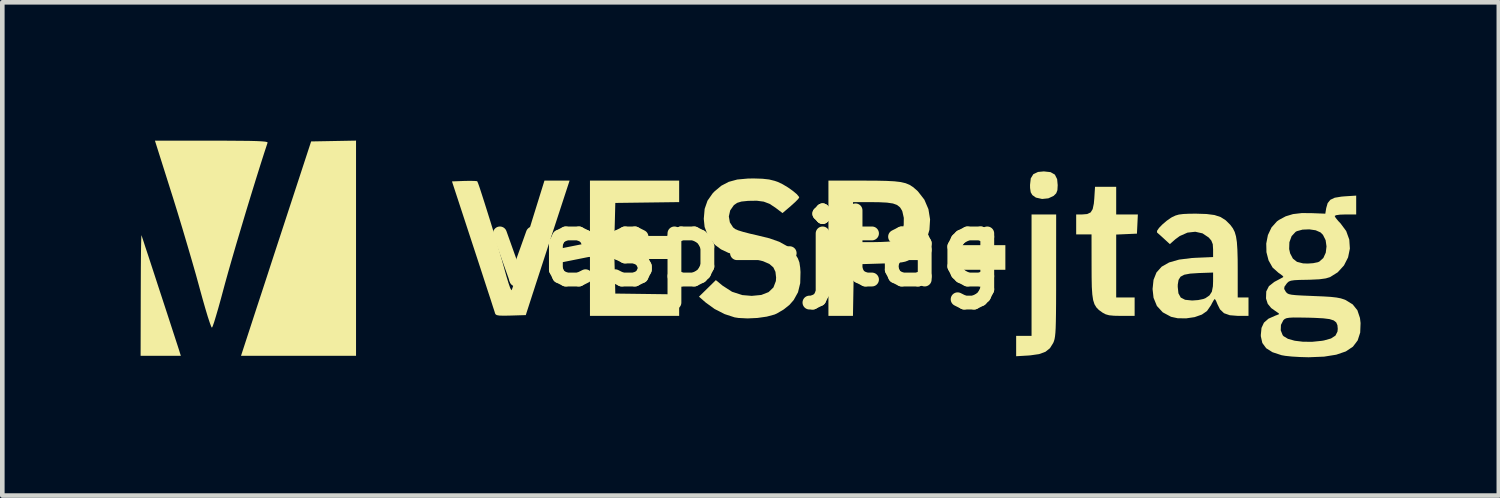
<source format=kicad_pcb>
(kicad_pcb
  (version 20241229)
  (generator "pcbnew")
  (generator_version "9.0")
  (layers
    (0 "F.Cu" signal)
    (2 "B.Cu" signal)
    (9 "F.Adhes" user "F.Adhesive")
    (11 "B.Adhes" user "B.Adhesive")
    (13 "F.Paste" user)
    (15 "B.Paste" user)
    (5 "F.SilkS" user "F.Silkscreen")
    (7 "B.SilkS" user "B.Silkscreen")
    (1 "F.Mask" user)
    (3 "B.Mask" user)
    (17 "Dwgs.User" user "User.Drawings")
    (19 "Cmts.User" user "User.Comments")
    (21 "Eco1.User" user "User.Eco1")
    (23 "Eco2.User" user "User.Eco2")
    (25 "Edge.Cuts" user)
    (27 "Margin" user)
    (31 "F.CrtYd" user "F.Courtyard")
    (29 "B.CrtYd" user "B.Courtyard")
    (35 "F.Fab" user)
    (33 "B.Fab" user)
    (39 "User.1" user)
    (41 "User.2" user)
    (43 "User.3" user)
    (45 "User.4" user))
  (footprint "vesp-jtag"
    (layer "F.Cu")
    (at 13.151 2.335)
    (property "Reference" "vesp-jtag" (at 0 0 0) (layer "F.SilkS") (effects (font (size 1.5 1.5) (thickness 0.3))))
    (attr board_only exclude_from_pos_files exclude_from_bom)
    (fp_poly (pts (xy 5.607 0.2) (xy 5.607 0.467) (xy 5.007 0.467) (xy 4.406 0.467) (xy 4.406 0.2) (xy 4.406 -0.067) (xy 5.007 -0.067) (xy 5.607 -0.067)) (stroke (width 0) (type solid)) (fill yes) (layer "F.SilkS"))
    (fp_poly (pts (xy -8.478 -0.001) (xy -8.478 2.333) (xy -9.726 2.333) (xy -10.973 2.333) (xy -10.628 1.275) (xy -10.532 0.983) (xy -10.421 0.644) (xy -10.301 0.275) (xy -10.176 -0.107) (xy -10.052 -0.485) (xy -9.935 -0.843) (xy -9.867 -1.05) (xy -9.452 -2.317) (xy -8.965 -2.326) (xy -8.478 -2.335)) (stroke (width 0) (type solid)) (fill yes) (layer "F.SilkS"))
    (fp_poly (pts (xy 6.587 -1.651) (xy 6.681 -1.597) (xy 6.73 -1.499) (xy 6.742 -1.369) (xy 6.736 -1.261) (xy 6.71 -1.192) (xy 6.655 -1.137) (xy 6.654 -1.136) (xy 6.54 -1.083) (xy 6.404 -1.069) (xy 6.277 -1.097) (xy 6.258 -1.106) (xy 6.192 -1.154) (xy 6.157 -1.214) (xy 6.143 -1.307) (xy 6.142 -1.375) (xy 6.158 -1.516) (xy 6.214 -1.607) (xy 6.315 -1.655) (xy 6.442 -1.667)) (stroke (width 0) (type solid)) (fill yes) (layer "F.SilkS"))
    (fp_poly (pts (xy -1.469 -1.234) (xy -1.469 -1.001) (xy -2.161 -0.992) (xy -2.854 -0.983) (xy -2.863 -0.625) (xy -2.873 -0.267) (xy -2.254 -0.267) (xy -1.635 -0.267) (xy -1.635 -0.017) (xy -1.635 0.233) (xy -2.254 0.233) (xy -2.873 0.233) (xy -2.863 0.608) (xy -2.854 0.983) (xy -2.161 0.992) (xy -1.469 1.001) (xy -1.469 1.234) (xy -1.469 1.467) (xy -2.437 1.467) (xy -3.404 1.467) (xy -3.404 0) (xy -3.404 -1.467) (xy -2.437 -1.467) (xy -1.469 -1.467)) (stroke (width 0) (type solid)) (fill yes) (layer "F.SilkS"))
    (fp_poly (pts (xy 6.708 0.592) (xy 6.708 0.926) (xy 6.707 1.201) (xy 6.705 1.422) (xy 6.702 1.597) (xy 6.698 1.733) (xy 6.692 1.836) (xy 6.684 1.912) (xy 6.674 1.97) (xy 6.661 2.015) (xy 6.645 2.054) (xy 6.644 2.056) (xy 6.574 2.168) (xy 6.476 2.246) (xy 6.339 2.296) (xy 6.151 2.323) (xy 6.1 2.327) (xy 5.841 2.342) (xy 5.841 2.121) (xy 5.841 1.9) (xy 6.008 1.9) (xy 6.175 1.9) (xy 6.175 0.583) (xy 6.175 -0.733) (xy 6.442 -0.733) (xy 6.709 -0.733)) (stroke (width 0) (type solid)) (fill yes) (layer "F.SilkS"))
    (fp_poly (pts (xy -13.12 -0.246) (xy -13.089 -0.153) (xy -13.044 -0.014) (xy -12.985 0.163) (xy -12.917 0.371) (xy -12.842 0.6) (xy -12.763 0.843) (xy -12.682 1.09) (xy -12.602 1.334) (xy -12.526 1.567) (xy -12.457 1.779) (xy -12.397 1.963) (xy -12.349 2.11) (xy -12.316 2.212) (xy -12.302 2.258) (xy -12.278 2.333) (xy -12.714 2.333) (xy -13.151 2.333) (xy -13.148 1.008) (xy -13.147 0.72) (xy -13.146 0.455) (xy -13.144 0.22) (xy -13.142 0.022) (xy -13.139 -0.132) (xy -13.136 -0.236) (xy -13.134 -0.282) (xy -13.133 -0.283)) (stroke (width 0) (type solid)) (fill yes) (layer "F.SilkS"))
    (fp_poly (pts (xy -11.28 -2.333) (xy -11.011 -2.331) (xy -10.798 -2.329) (xy -10.636 -2.325) (xy -10.52 -2.319) (xy -10.445 -2.312) (xy -10.406 -2.303) (xy -10.396 -2.292) (xy -10.471 -2.064) (xy -10.559 -1.788) (xy -10.657 -1.475) (xy -10.761 -1.138) (xy -10.868 -0.787) (xy -10.973 -0.435) (xy -11.075 -0.093) (xy -11.168 0.227) (xy -11.25 0.513) (xy -11.317 0.754) (xy -11.347 0.865) (xy -11.408 1.092) (xy -11.465 1.297) (xy -11.516 1.471) (xy -11.557 1.606) (xy -11.588 1.693) (xy -11.604 1.724) (xy -11.621 1.696) (xy -11.652 1.612) (xy -11.696 1.478) (xy -11.748 1.304) (xy -11.807 1.098) (xy -11.871 0.866) (xy -11.877 0.843) (xy -11.949 0.581) (xy -12.037 0.274) (xy -12.136 -0.064) (xy -12.24 -0.415) (xy -12.345 -0.762) (xy -12.446 -1.088) (xy -12.479 -1.192) (xy -12.84 -2.333) (xy -11.611 -2.333)) (stroke (width 0) (type solid)) (fill yes) (layer "F.SilkS"))
    (fp_poly (pts (xy 8.011 -1.033) (xy 8.011 -0.733) (xy 8.246 -0.733) (xy 8.481 -0.733) (xy 8.471 -0.525) (xy 8.461 -0.317) (xy 8.236 -0.307) (xy 8.011 -0.297) (xy 8.011 0.385) (xy 8.011 1.067) (xy 8.211 1.067) (xy 8.411 1.067) (xy 8.411 1.267) (xy 8.411 1.467) (xy 8.116 1.467) (xy 7.964 1.464) (xy 7.859 1.454) (xy 7.783 1.433) (xy 7.717 1.398) (xy 7.707 1.391) (xy 7.635 1.339) (xy 7.581 1.283) (xy 7.54 1.215) (xy 7.511 1.124) (xy 7.493 1.003) (xy 7.482 0.841) (xy 7.478 0.631) (xy 7.477 0.392) (xy 7.476 -0.3) (xy 7.31 -0.3) (xy 7.143 -0.3) (xy 7.143 -0.517) (xy 7.143 -0.733) (xy 7.27 -0.733) (xy 7.381 -0.742) (xy 7.456 -0.777) (xy 7.501 -0.849) (xy 7.526 -0.968) (xy 7.536 -1.078) (xy 7.552 -1.333) (xy 7.781 -1.333) (xy 8.011 -1.333)) (stroke (width 0) (type solid)) (fill yes) (layer "F.SilkS"))
    (fp_poly (pts (xy 2.804 -1.466) (xy 3.027 -1.461) (xy 3.201 -1.452) (xy 3.337 -1.436) (xy 3.443 -1.411) (xy 3.528 -1.376) (xy 3.603 -1.328) (xy 3.676 -1.266) (xy 3.71 -1.234) (xy 3.85 -1.054) (xy 3.938 -0.848) (xy 3.974 -0.626) (xy 3.96 -0.4) (xy 3.897 -0.183) (xy 3.787 0.014) (xy 3.63 0.179) (xy 3.544 0.24) (xy 3.492 0.269) (xy 3.436 0.29) (xy 3.364 0.305) (xy 3.264 0.316) (xy 3.124 0.324) (xy 2.932 0.331) (xy 2.87 0.333) (xy 2.32 0.35) (xy 2.311 0.908) (xy 2.301 1.467) (xy 2.035 1.467) (xy 1.769 1.467) (xy 1.769 0) (xy 1.769 -0.567) (xy 2.303 -0.567) (xy 2.303 -0.133) (xy 2.739 -0.133) (xy 2.908 -0.136) (xy 3.057 -0.143) (xy 3.171 -0.153) (xy 3.236 -0.166) (xy 3.239 -0.168) (xy 3.316 -0.243) (xy 3.372 -0.363) (xy 3.402 -0.508) (xy 3.404 -0.659) (xy 3.373 -0.797) (xy 3.365 -0.818) (xy 3.322 -0.887) (xy 3.26 -0.937) (xy 3.169 -0.971) (xy 3.039 -0.99) (xy 2.858 -0.999) (xy 2.722 -1) (xy 2.303 -1) (xy 2.303 -0.567) (xy 1.769 -0.567) (xy 1.769 -1.467) (xy 2.524 -1.467)) (stroke (width 0) (type solid)) (fill yes) (layer "F.SilkS"))
    (fp_poly (pts (xy -4.165 -0.492) (xy -4.254 -0.22) (xy -4.344 0.058) (xy -4.432 0.328) (xy -4.513 0.577) (xy -4.583 0.791) (xy -4.636 0.956) (xy -4.64 0.967) (xy -4.796 1.45) (xy -5.121 1.46) (xy -5.272 1.463) (xy -5.37 1.46) (xy -5.426 1.45) (xy -5.453 1.431) (xy -5.463 1.41) (xy -5.476 1.366) (xy -5.509 1.266) (xy -5.557 1.116) (xy -5.62 0.924) (xy -5.695 0.694) (xy -5.779 0.435) (xy -5.871 0.154) (xy -5.938 -0.05) (xy -6.397 -1.45) (xy -6.131 -1.46) (xy -6.005 -1.462) (xy -5.907 -1.46) (xy -5.853 -1.455) (xy -5.849 -1.452) (xy -5.832 -1.414) (xy -5.799 -1.321) (xy -5.754 -1.183) (xy -5.698 -1.009) (xy -5.635 -0.809) (xy -5.567 -0.592) (xy -5.498 -0.367) (xy -5.431 -0.144) (xy -5.369 0.068) (xy -5.313 0.259) (xy -5.268 0.42) (xy -5.257 0.46) (xy -5.211 0.624) (xy -5.169 0.761) (xy -5.135 0.859) (xy -5.111 0.907) (xy -5.105 0.91) (xy -5.087 0.869) (xy -5.057 0.777) (xy -5.02 0.647) (xy -4.979 0.492) (xy -4.976 0.483) (xy -4.936 0.332) (xy -4.879 0.133) (xy -4.812 -0.099) (xy -4.738 -0.347) (xy -4.662 -0.595) (xy -4.632 -0.692) (xy -4.391 -1.467) (xy -4.118 -1.467) (xy -3.846 -1.467)) (stroke (width 0) (type solid)) (fill yes) (layer "F.SilkS"))
    (fp_poly (pts (xy 0.338 -1.508) (xy 0.482 -1.492) (xy 0.603 -1.462) (xy 0.67 -1.439) (xy 0.777 -1.388) (xy 0.892 -1.319) (xy 0.999 -1.243) (xy 1.084 -1.172) (xy 1.13 -1.116) (xy 1.135 -1.1) (xy 1.111 -1.066) (xy 1.049 -1.003) (xy 0.961 -0.924) (xy 0.954 -0.917) (xy 0.773 -0.763) (xy 0.619 -0.88) (xy 0.493 -0.963) (xy 0.366 -1.011) (xy 0.216 -1.031) (xy 0.023 -1.028) (xy 0.017 -1.027) (xy -0.119 -1.013) (xy -0.21 -0.985) (xy -0.279 -0.938) (xy -0.282 -0.935) (xy -0.362 -0.821) (xy -0.391 -0.69) (xy -0.369 -0.561) (xy -0.299 -0.452) (xy -0.255 -0.417) (xy -0.191 -0.389) (xy -0.078 -0.354) (xy 0.069 -0.316) (xy 0.218 -0.282) (xy 0.488 -0.216) (xy 0.701 -0.141) (xy 0.867 -0.05) (xy 0.993 0.059) (xy 1.051 0.131) (xy 1.106 0.219) (xy 1.139 0.306) (xy 1.156 0.418) (xy 1.163 0.516) (xy 1.157 0.757) (xy 1.109 0.955) (xy 1.015 1.124) (xy 0.924 1.228) (xy 0.797 1.329) (xy 0.651 1.415) (xy 0.599 1.438) (xy 0.432 1.483) (xy 0.229 1.512) (xy 0.014 1.522) (xy -0.183 1.512) (xy -0.266 1.499) (xy -0.481 1.429) (xy -0.701 1.317) (xy -0.895 1.176) (xy -1.039 1.05) (xy -0.856 0.871) (xy -0.673 0.691) (xy -0.526 0.812) (xy -0.321 0.944) (xy -0.098 1.016) (xy 0.105 1.033) (xy 0.313 1.013) (xy 0.471 0.951) (xy 0.576 0.85) (xy 0.629 0.711) (xy 0.634 0.637) (xy 0.62 0.512) (xy 0.574 0.415) (xy 0.487 0.34) (xy 0.351 0.281) (xy 0.159 0.234) (xy 0.071 0.217) (xy -0.193 0.163) (xy -0.4 0.1) (xy -0.561 0.024) (xy -0.686 -0.069) (xy -0.709 -0.091) (xy -0.844 -0.268) (xy -0.917 -0.463) (xy -0.935 -0.637) (xy -0.916 -0.854) (xy -0.854 -1.032) (xy -0.744 -1.189) (xy -0.702 -1.233) (xy -0.555 -1.356) (xy -0.395 -1.44) (xy -0.208 -1.491) (xy 0.022 -1.512) (xy 0.15 -1.514)) (stroke (width 0) (type solid)) (fill yes) (layer "F.SilkS"))
    (fp_poly (pts (xy 9.97 -0.743) (xy 10.142 -0.721) (xy 10.276 -0.677) (xy 10.386 -0.607) (xy 10.486 -0.508) (xy 10.492 -0.5) (xy 10.543 -0.431) (xy 10.582 -0.353) (xy 10.61 -0.257) (xy 10.629 -0.132) (xy 10.64 0.031) (xy 10.646 0.242) (xy 10.647 0.458) (xy 10.647 1.067) (xy 10.764 1.067) (xy 10.881 1.067) (xy 10.881 1.267) (xy 10.881 1.467) (xy 10.652 1.467) (xy 10.476 1.453) (xy 10.35 1.409) (xy 10.263 1.326) (xy 10.208 1.216) (xy 10.177 1.141) (xy 10.152 1.102) (xy 10.148 1.101) (xy 10.125 1.129) (xy 10.086 1.198) (xy 10.068 1.235) (xy 9.98 1.362) (xy 9.869 1.439) (xy 9.712 1.494) (xy 9.527 1.521) (xy 9.344 1.518) (xy 9.201 1.487) (xy 9.021 1.39) (xy 8.894 1.252) (xy 8.821 1.074) (xy 8.8 0.883) (xy 8.805 0.838) (xy 9.346 0.838) (xy 9.361 0.978) (xy 9.411 1.069) (xy 9.506 1.118) (xy 9.654 1.133) (xy 9.664 1.133) (xy 9.789 1.124) (xy 9.901 1.101) (xy 9.947 1.083) (xy 10.034 1.023) (xy 10.086 0.943) (xy 10.109 0.825) (xy 10.113 0.716) (xy 10.113 0.527) (xy 9.8 0.538) (xy 9.615 0.55) (xy 9.488 0.574) (xy 9.407 0.617) (xy 9.364 0.686) (xy 9.347 0.786) (xy 9.346 0.838) (xy 8.805 0.838) (xy 8.821 0.685) (xy 8.885 0.525) (xy 8.997 0.4) (xy 9.159 0.308) (xy 9.376 0.246) (xy 9.65 0.212) (xy 9.737 0.207) (xy 10.113 0.191) (xy 10.113 0.026) (xy 10.106 -0.087) (xy 10.075 -0.166) (xy 10.018 -0.233) (xy 9.884 -0.323) (xy 9.726 -0.358) (xy 9.557 -0.339) (xy 9.39 -0.265) (xy 9.293 -0.194) (xy 9.175 -0.09) (xy 9.052 -0.203) (xy 8.974 -0.274) (xy 8.914 -0.327) (xy 8.897 -0.342) (xy 8.897 -0.378) (xy 8.94 -0.441) (xy 9.014 -0.517) (xy 9.105 -0.595) (xy 9.202 -0.663) (xy 9.229 -0.678) (xy 9.298 -0.71) (xy 9.371 -0.731) (xy 9.467 -0.743) (xy 9.599 -0.749) (xy 9.746 -0.75)) (stroke (width 0) (type solid)) (fill yes) (layer "F.SilkS"))
    (fp_poly (pts (xy 13.217 -0.938) (xy 13.217 -0.733) (xy 12.984 -0.733) (xy 12.864 -0.729) (xy 12.781 -0.717) (xy 12.75 -0.7) (xy 12.75 -0.7) (xy 12.772 -0.659) (xy 12.828 -0.591) (xy 12.876 -0.541) (xy 13 -0.374) (xy 13.067 -0.188) (xy 13.08 0.007) (xy 13.041 0.198) (xy 12.952 0.373) (xy 12.816 0.522) (xy 12.65 0.626) (xy 12.557 0.654) (xy 12.42 0.673) (xy 12.229 0.682) (xy 12.152 0.684) (xy 11.986 0.687) (xy 11.874 0.693) (xy 11.801 0.704) (xy 11.755 0.722) (xy 11.722 0.751) (xy 11.71 0.765) (xy 11.661 0.834) (xy 11.655 0.883) (xy 11.69 0.944) (xy 11.696 0.952) (xy 11.72 0.976) (xy 11.757 0.995) (xy 11.817 1.008) (xy 11.912 1.018) (xy 12.051 1.026) (xy 12.244 1.034) (xy 12.288 1.036) (xy 12.506 1.045) (xy 12.669 1.055) (xy 12.791 1.069) (xy 12.883 1.087) (xy 12.958 1.111) (xy 12.987 1.123) (xy 13.141 1.218) (xy 13.243 1.345) (xy 13.299 1.513) (xy 13.312 1.622) (xy 13.304 1.829) (xy 13.249 1.999) (xy 13.146 2.135) (xy 12.992 2.238) (xy 12.784 2.309) (xy 12.52 2.351) (xy 12.197 2.364) (xy 12.167 2.364) (xy 11.991 2.359) (xy 11.822 2.349) (xy 11.68 2.334) (xy 11.599 2.32) (xy 11.401 2.255) (xy 11.264 2.168) (xy 11.181 2.055) (xy 11.149 1.912) (xy 11.148 1.88) (xy 11.158 1.78) (xy 11.58 1.78) (xy 11.622 1.885) (xy 11.641 1.907) (xy 11.737 1.965) (xy 11.883 2.006) (xy 12.064 2.028) (xy 12.265 2.029) (xy 12.471 2.008) (xy 12.518 2) (xy 12.671 1.957) (xy 12.767 1.895) (xy 12.811 1.808) (xy 12.817 1.75) (xy 12.81 1.669) (xy 12.784 1.609) (xy 12.73 1.566) (xy 12.64 1.537) (xy 12.505 1.52) (xy 12.316 1.51) (xy 12.187 1.506) (xy 11.995 1.503) (xy 11.858 1.502) (xy 11.765 1.507) (xy 11.706 1.517) (xy 11.667 1.534) (xy 11.639 1.559) (xy 11.637 1.561) (xy 11.585 1.662) (xy 11.58 1.78) (xy 11.158 1.78) (xy 11.163 1.728) (xy 11.216 1.614) (xy 11.314 1.528) (xy 11.469 1.459) (xy 11.498 1.449) (xy 11.545 1.429) (xy 11.533 1.408) (xy 11.502 1.388) (xy 11.373 1.297) (xy 11.298 1.205) (xy 11.263 1.097) (xy 11.261 1.083) (xy 11.266 0.937) (xy 11.324 0.822) (xy 11.442 0.729) (xy 11.478 0.71) (xy 11.565 0.664) (xy 11.625 0.631) (xy 11.638 0.622) (xy 11.621 0.598) (xy 11.563 0.554) (xy 11.533 0.534) (xy 11.403 0.418) (xy 11.316 0.263) (xy 11.27 0.085) (xy 11.269 0.017) (xy 11.763 0.017) (xy 11.784 0.111) (xy 11.844 0.225) (xy 11.933 0.295) (xy 12.064 0.328) (xy 12.166 0.332) (xy 12.283 0.324) (xy 12.385 0.303) (xy 12.416 0.29) (xy 12.504 0.212) (xy 12.557 0.096) (xy 12.573 -0.04) (xy 12.554 -0.175) (xy 12.496 -0.291) (xy 12.444 -0.343) (xy 12.338 -0.39) (xy 12.198 -0.41) (xy 12.053 -0.404) (xy 11.931 -0.371) (xy 11.902 -0.355) (xy 11.816 -0.262) (xy 11.768 -0.131) (xy 11.763 0.017) (xy 11.269 0.017) (xy 11.266 -0.102) (xy 11.302 -0.286) (xy 11.38 -0.451) (xy 11.499 -0.584) (xy 11.541 -0.614) (xy 11.688 -0.693) (xy 11.847 -0.741) (xy 12.035 -0.763) (xy 12.242 -0.762) (xy 12.547 -0.75) (xy 12.567 -0.872) (xy 12.598 -0.979) (xy 12.656 -1.051) (xy 12.751 -1.096) (xy 12.896 -1.12) (xy 12.967 -1.126) (xy 13.217 -1.142)) (stroke (width 0) (type solid)) (fill yes) (layer "F.SilkS")))
  (gr_rect
    (start -3 -3)
    (end 29.462 7.699)
    (stroke (width 0.1) (type default))
    (fill no)
    (layer "Edge.Cuts")))
</source>
